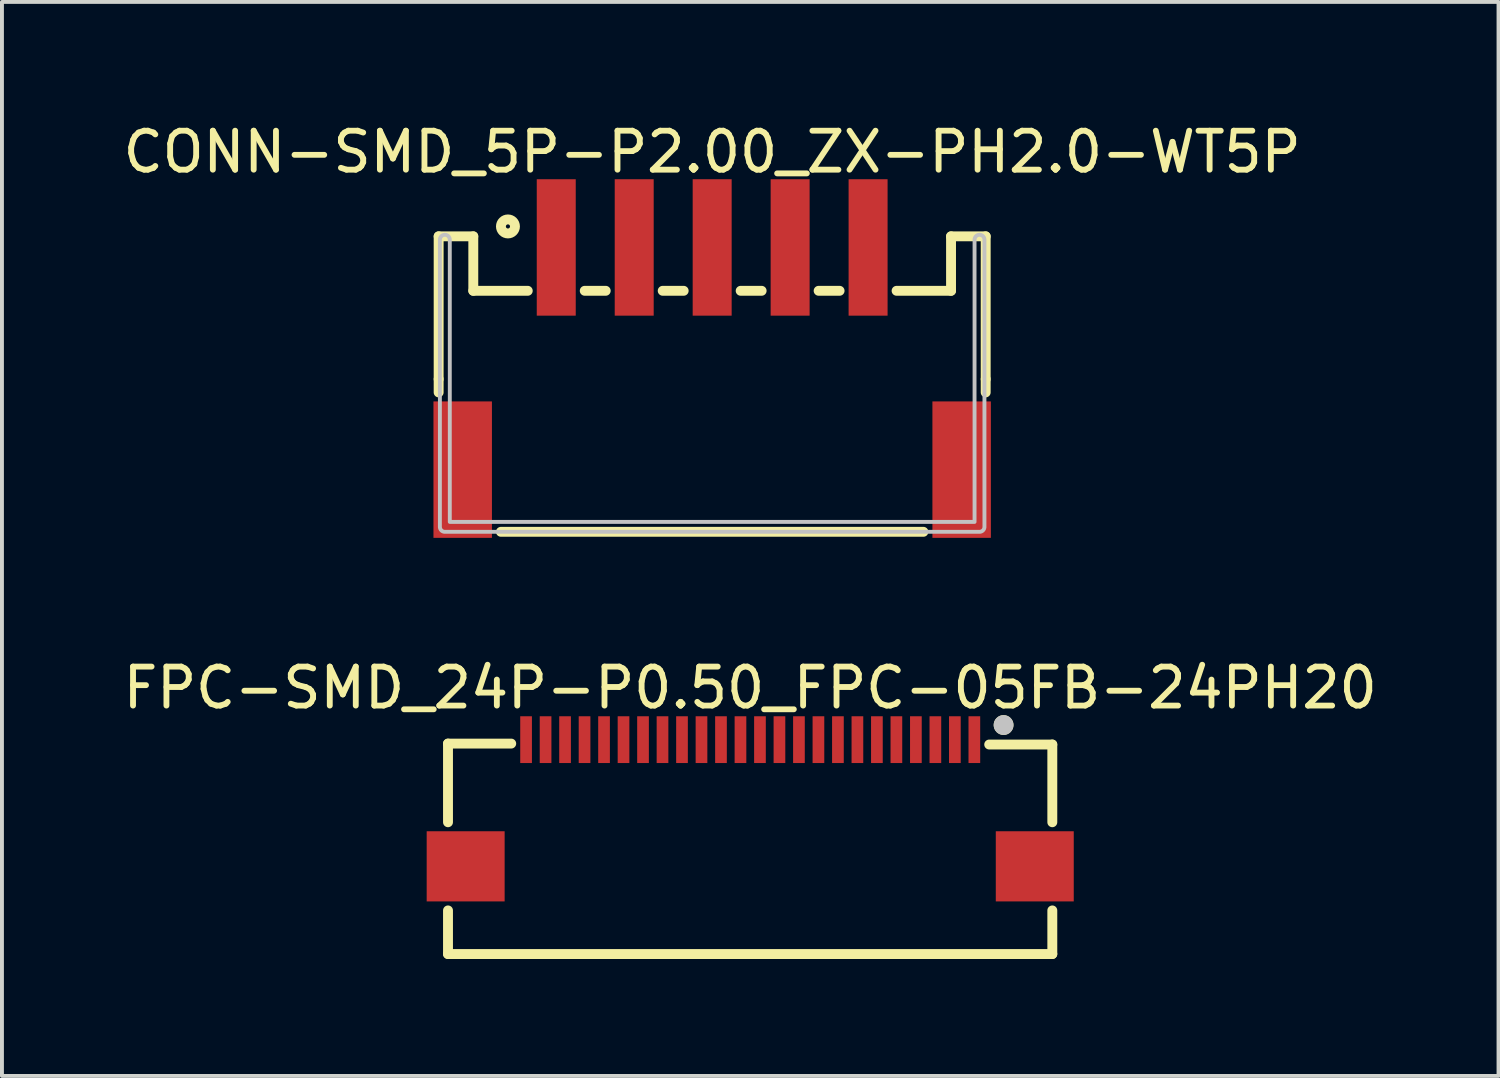
<source format=kicad_pcb>
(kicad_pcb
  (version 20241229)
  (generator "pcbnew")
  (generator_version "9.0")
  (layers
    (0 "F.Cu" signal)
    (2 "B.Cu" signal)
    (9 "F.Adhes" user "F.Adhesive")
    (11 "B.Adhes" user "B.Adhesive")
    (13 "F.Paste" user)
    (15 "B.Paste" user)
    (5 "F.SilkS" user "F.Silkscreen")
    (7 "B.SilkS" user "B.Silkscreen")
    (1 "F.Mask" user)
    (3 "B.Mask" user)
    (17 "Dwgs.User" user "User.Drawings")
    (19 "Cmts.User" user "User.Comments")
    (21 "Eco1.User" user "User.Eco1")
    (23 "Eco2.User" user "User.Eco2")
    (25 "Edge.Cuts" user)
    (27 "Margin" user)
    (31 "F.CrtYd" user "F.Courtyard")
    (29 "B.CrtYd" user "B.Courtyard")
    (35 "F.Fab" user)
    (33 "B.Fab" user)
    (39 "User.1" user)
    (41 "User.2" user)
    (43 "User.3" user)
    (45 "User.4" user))
  (footprint "FPC-SMD_24P-P0.50_FPC-05FB-24PH20"
    (layer "F.Cu")
    (at 16.196 17.55)
    (property "Reference" "FPC-SMD_24P-P0.50_FPC-05FB-24PH20" (at 0 -2.954 0) (layer "F.SilkS") (effects (font (size 1 1) (thickness 0.15))))
    (fp_line (start -7.753 -1.524) (end -6.131 -1.524) (stroke (width 0.254) (type default)) (layer "F.SilkS"))
    (fp_line (start -7.753 0.494) (end -7.753 -1.524) (stroke (width 0.254) (type default)) (layer "F.SilkS"))
    (fp_line (start -7.753 3.875) (end -7.753 2.756) (stroke (width 0.254) (type default)) (layer "F.SilkS"))
    (fp_line (start 7.75 -1.5) (end 6.131 -1.5) (stroke (width 0.254) (type default)) (layer "F.SilkS"))
    (fp_line (start 7.75 0.494) (end 7.75 -1.5) (stroke (width 0.254) (type default)) (layer "F.SilkS"))
    (fp_line (start 7.75 3.875) (end -7.753 3.875) (stroke (width 0.254) (type default)) (layer "F.SilkS"))
    (fp_line (start 7.75 3.875) (end 7.75 2.756) (stroke (width 0.254) (type default)) (layer "F.SilkS"))
    (fp_circle (center 6.5 -2) (end 6.627 -2) (stroke (width 0.254) (type default)) (fill no) (layer "F.SilkS"))
    (fp_circle (center 6.5 -2) (end 6.627 -2) (stroke (width 0.254) (type default)) (fill no) (layer "Dwgs.User"))
    (fp_poly (pts (xy -7.75 1.025) (xy -6.55 1.025) (xy -6.55 2.225) (xy -7.75 2.225)) (stroke (width 0.1) (type default)) (fill no) (layer "User.1"))
    (fp_poly (pts (xy -5.85 -1.87) (xy -5.65 -1.87) (xy -5.65 -1.17) (xy -5.85 -1.17)) (stroke (width 0.1) (type default)) (fill no) (layer "User.1"))
    (fp_poly (pts (xy -5.35 -1.87) (xy -5.15 -1.87) (xy -5.15 -1.17) (xy -5.35 -1.17)) (stroke (width 0.1) (type default)) (fill no) (layer "User.1"))
    (fp_poly (pts (xy -4.85 -1.87) (xy -4.65 -1.87) (xy -4.65 -1.17) (xy -4.85 -1.17)) (stroke (width 0.1) (type default)) (fill no) (layer "User.1"))
    (fp_poly (pts (xy -4.35 -1.87) (xy -4.15 -1.87) (xy -4.15 -1.17) (xy -4.35 -1.17)) (stroke (width 0.1) (type default)) (fill no) (layer "User.1"))
    (fp_poly (pts (xy -3.85 -1.87) (xy -3.65 -1.87) (xy -3.65 -1.17) (xy -3.85 -1.17)) (stroke (width 0.1) (type default)) (fill no) (layer "User.1"))
    (fp_poly (pts (xy -3.35 -1.87) (xy -3.15 -1.87) (xy -3.15 -1.17) (xy -3.35 -1.17)) (stroke (width 0.1) (type default)) (fill no) (layer "User.1"))
    (fp_poly (pts (xy -2.85 -1.87) (xy -2.65 -1.87) (xy -2.65 -1.17) (xy -2.85 -1.17)) (stroke (width 0.1) (type default)) (fill no) (layer "User.1"))
    (fp_poly (pts (xy -2.35 -1.87) (xy -2.15 -1.87) (xy -2.15 -1.17) (xy -2.35 -1.17)) (stroke (width 0.1) (type default)) (fill no) (layer "User.1"))
    (fp_poly (pts (xy -1.85 -1.87) (xy -1.65 -1.87) (xy -1.65 -1.17) (xy -1.85 -1.17)) (stroke (width 0.1) (type default)) (fill no) (layer "User.1"))
    (fp_poly (pts (xy -1.35 -1.87) (xy -1.15 -1.87) (xy -1.15 -1.17) (xy -1.35 -1.17)) (stroke (width 0.1) (type default)) (fill no) (layer "User.1"))
    (fp_poly (pts (xy -0.85 -1.87) (xy -0.65 -1.87) (xy -0.65 -1.17) (xy -0.85 -1.17)) (stroke (width 0.1) (type default)) (fill no) (layer "User.1"))
    (fp_poly (pts (xy -0.35 -1.87) (xy -0.15 -1.87) (xy -0.15 -1.17) (xy -0.35 -1.17)) (stroke (width 0.1) (type default)) (fill no) (layer "User.1"))
    (fp_poly (pts (xy 0.15 -1.87) (xy 0.35 -1.87) (xy 0.35 -1.17) (xy 0.15 -1.17)) (stroke (width 0.1) (type default)) (fill no) (layer "User.1"))
    (fp_poly (pts (xy 0.65 -1.87) (xy 0.85 -1.87) (xy 0.85 -1.17) (xy 0.65 -1.17)) (stroke (width 0.1) (type default)) (fill no) (layer "User.1"))
    (fp_poly (pts (xy 1.15 -1.87) (xy 1.35 -1.87) (xy 1.35 -1.17) (xy 1.15 -1.17)) (stroke (width 0.1) (type default)) (fill no) (layer "User.1"))
    (fp_poly (pts (xy 1.65 -1.87) (xy 1.85 -1.87) (xy 1.85 -1.17) (xy 1.65 -1.17)) (stroke (width 0.1) (type default)) (fill no) (layer "User.1"))
    (fp_poly (pts (xy 2.15 -1.87) (xy 2.35 -1.87) (xy 2.35 -1.17) (xy 2.15 -1.17)) (stroke (width 0.1) (type default)) (fill no) (layer "User.1"))
    (fp_poly (pts (xy 2.65 -1.87) (xy 2.85 -1.87) (xy 2.85 -1.17) (xy 2.65 -1.17)) (stroke (width 0.1) (type default)) (fill no) (layer "User.1"))
    (fp_poly (pts (xy 3.15 -1.87) (xy 3.35 -1.87) (xy 3.35 -1.17) (xy 3.15 -1.17)) (stroke (width 0.1) (type default)) (fill no) (layer "User.1"))
    (fp_poly (pts (xy 3.65 -1.87) (xy 3.85 -1.87) (xy 3.85 -1.17) (xy 3.65 -1.17)) (stroke (width 0.1) (type default)) (fill no) (layer "User.1"))
    (fp_poly (pts (xy 4.15 -1.87) (xy 4.35 -1.87) (xy 4.35 -1.17) (xy 4.15 -1.17)) (stroke (width 0.1) (type default)) (fill no) (layer "User.1"))
    (fp_poly (pts (xy 4.65 -1.87) (xy 4.85 -1.87) (xy 4.85 -1.17) (xy 4.65 -1.17)) (stroke (width 0.1) (type default)) (fill no) (layer "User.1"))
    (fp_poly (pts (xy 5.15 -1.87) (xy 5.35 -1.87) (xy 5.35 -1.17) (xy 5.15 -1.17)) (stroke (width 0.1) (type default)) (fill no) (layer "User.1"))
    (fp_poly (pts (xy 5.65 -1.87) (xy 5.85 -1.87) (xy 5.85 -1.17) (xy 5.65 -1.17)) (stroke (width 0.1) (type default)) (fill no) (layer "User.1"))
    (fp_poly (pts (xy 6.55 1.025) (xy 7.75 1.025) (xy 7.75 2.225) (xy 6.55 2.225)) (stroke (width 0.1) (type default)) (fill no) (layer "User.1"))
    (fp_line (start -7.75 -1.37) (end 7.75 -1.37) (stroke (width 0.051) (type default)) (layer "User.2"))
    (fp_line (start -7.75 3.53) (end -7.75 -1.37) (stroke (width 0.051) (type default)) (layer "User.2"))
    (fp_line (start 7.75 -1.37) (end 7.75 3.53) (stroke (width 0.051) (type default)) (layer "User.2"))
    (fp_line (start 7.75 3.53) (end -7.75 3.53) (stroke (width 0.051) (type default)) (layer "User.2"))
    (fp_poly (pts (xy 7.805 -1.893) (xy 7.773 -1.925) (xy 7.727 -1.925) (xy 7.695 -1.893) (xy 7.695 -1.847) (xy 7.727 -1.815) (xy 7.773 -1.815) (xy 7.805 -1.847)) (stroke (width 0.1) (type default)) (fill no) (layer "User.3"))
    (pad "1" smd rect (at 5.75 -1.625) (size 0.3 1.2) (layers "F.Cu" "F.Mask" "F.Paste"))
    (pad "2" smd rect (at 5.25 -1.625) (size 0.3 1.2) (layers "F.Cu" "F.Mask" "F.Paste"))
    (pad "3" smd rect (at 4.75 -1.625) (size 0.3 1.2) (layers "F.Cu" "F.Mask" "F.Paste"))
    (pad "4" smd rect (at 4.25 -1.625) (size 0.3 1.2) (layers "F.Cu" "F.Mask" "F.Paste"))
    (pad "5" smd rect (at 3.75 -1.625) (size 0.3 1.2) (layers "F.Cu" "F.Mask" "F.Paste"))
    (pad "6" smd rect (at 3.25 -1.625) (size 0.3 1.2) (layers "F.Cu" "F.Mask" "F.Paste"))
    (pad "7" smd rect (at 2.75 -1.625) (size 0.3 1.2) (layers "F.Cu" "F.Mask" "F.Paste"))
    (pad "8" smd rect (at 2.25 -1.625) (size 0.3 1.2) (layers "F.Cu" "F.Mask" "F.Paste"))
    (pad "9" smd rect (at 1.75 -1.625) (size 0.3 1.2) (layers "F.Cu" "F.Mask" "F.Paste"))
    (pad "10" smd rect (at 1.25 -1.625) (size 0.3 1.2) (layers "F.Cu" "F.Mask" "F.Paste"))
    (pad "11" smd rect (at 0.75 -1.625) (size 0.3 1.2) (layers "F.Cu" "F.Mask" "F.Paste"))
    (pad "12" smd rect (at 0.25 -1.625) (size 0.3 1.2) (layers "F.Cu" "F.Mask" "F.Paste"))
    (pad "13" smd rect (at -0.25 -1.625) (size 0.3 1.2) (layers "F.Cu" "F.Mask" "F.Paste"))
    (pad "14" smd rect (at -0.75 -1.625) (size 0.3 1.2) (layers "F.Cu" "F.Mask" "F.Paste"))
    (pad "15" smd rect (at -1.25 -1.625) (size 0.3 1.2) (layers "F.Cu" "F.Mask" "F.Paste"))
    (pad "16" smd rect (at -1.75 -1.625) (size 0.3 1.2) (layers "F.Cu" "F.Mask" "F.Paste"))
    (pad "17" smd rect (at -2.25 -1.625) (size 0.3 1.2) (layers "F.Cu" "F.Mask" "F.Paste"))
    (pad "18" smd rect (at -2.75 -1.625) (size 0.3 1.2) (layers "F.Cu" "F.Mask" "F.Paste"))
    (pad "19" smd rect (at -3.25 -1.625) (size 0.3 1.2) (layers "F.Cu" "F.Mask" "F.Paste"))
    (pad "20" smd rect (at -3.75 -1.625) (size 0.3 1.2) (layers "F.Cu" "F.Mask" "F.Paste"))
    (pad "21" smd rect (at -4.25 -1.625) (size 0.3 1.2) (layers "F.Cu" "F.Mask" "F.Paste"))
    (pad "22" smd rect (at -4.75 -1.625) (size 0.3 1.2) (layers "F.Cu" "F.Mask" "F.Paste"))
    (pad "23" smd rect (at -5.25 -1.625) (size 0.3 1.2) (layers "F.Cu" "F.Mask" "F.Paste"))
    (pad "24" smd rect (at -5.75 -1.625) (size 0.3 1.2) (layers "F.Cu" "F.Mask" "F.Paste"))
    (pad "25" smd rect (at -7.3 1.625) (size 2 1.8) (layers "F.Cu" "F.Mask" "F.Paste"))
    (pad "26" smd rect (at 7.3 1.625) (size 2 1.8) (layers "F.Cu" "F.Mask" "F.Paste")))
  (footprint "CONN-SMD_5P-P2.00_ZX-PH2.0-WT5P"
    (layer "F.Cu")
    (at 15.22 6.148)
    (property "Reference" "CONN-SMD_5P-P2.00_ZX-PH2.0-WT5P" (at 0 -5.3 0) (layer "F.SilkS") (effects (font (size 1 1) (thickness 0.15))))
    (fp_line (start -7.017 -3.135) (end -7.017 0.528) (stroke (width 0.254) (type default)) (layer "F.SilkS"))
    (fp_line (start -7.017 -3.135) (end -6.128 -3.135) (stroke (width 0.254) (type default)) (layer "F.SilkS"))
    (fp_line (start -7.017 0.528) (end -7.017 0.869) (stroke (width 0.254) (type default)) (layer "F.SilkS"))
    (fp_line (start -6.128 -3.135) (end -6.128 -1.738) (stroke (width 0.254) (type default)) (layer "F.SilkS"))
    (fp_line (start -6.128 -1.738) (end -4.731 -1.738) (stroke (width 0.254) (type default)) (layer "F.SilkS"))
    (fp_line (start -5.419 4.445) (end 5.419 4.445) (stroke (width 0.254) (type default)) (layer "F.SilkS"))
    (fp_line (start -3.269 -1.738) (end -2.731 -1.738) (stroke (width 0.254) (type default)) (layer "F.SilkS"))
    (fp_line (start -1.269 -1.738) (end -0.731 -1.738) (stroke (width 0.254) (type default)) (layer "F.SilkS"))
    (fp_line (start 0.731 -1.738) (end 1.269 -1.738) (stroke (width 0.254) (type default)) (layer "F.SilkS"))
    (fp_line (start 2.731 -1.738) (end 3.269 -1.738) (stroke (width 0.254) (type default)) (layer "F.SilkS"))
    (fp_line (start 4.731 -1.738) (end 6.128 -1.738) (stroke (width 0.254) (type default)) (layer "F.SilkS"))
    (fp_line (start 6.128 -3.135) (end 7.017 -3.135) (stroke (width 0.254) (type default)) (layer "F.SilkS"))
    (fp_line (start 6.128 -1.738) (end 6.128 -3.135) (stroke (width 0.254) (type default)) (layer "F.SilkS"))
    (fp_line (start 7.017 -3.135) (end 7.017 0.528) (stroke (width 0.254) (type default)) (layer "F.SilkS"))
    (fp_line (start 7.017 0.528) (end 7.017 0.869) (stroke (width 0.254) (type default)) (layer "F.SilkS"))
    (fp_circle (center -5.239 -3.389) (end -5.059 -3.389) (stroke (width 0.254) (type default)) (fill no) (layer "F.SilkS"))
    (fp_poly (pts (arc (start -6.985 -3.048) (mid -6.858 -3.175) (end -6.731 -3.048)) (xy -6.731 4.191) (xy 6.731 4.191) (arc (start 6.731 -3.048) (mid 6.858 -3.175) (end 6.985 -3.048)) (arc (start 6.985 4.318) (mid 6.947803 4.407803) (end 6.858 4.445)) (arc (start -6.858 4.445) (mid -6.947803 4.407803) (end -6.985 4.318))) (stroke (width 0.1) (type default)) (fill no) (layer "Dwgs.User"))
    (fp_poly (pts (xy -6.55 1.935) (xy -6.25 1.935) (xy -6.25 4.435) (xy -6.55 4.435)) (stroke (width 0.1) (type default)) (fill no) (layer "User.1"))
    (fp_poly (pts (xy -4.25 -4.045) (xy -3.75 -4.045) (xy -3.75 -1.545) (xy -4.25 -1.545)) (stroke (width 0.1) (type default)) (fill no) (layer "User.1"))
    (fp_poly (pts (xy -2.25 -4.045) (xy -1.75 -4.045) (xy -1.75 -1.545) (xy -2.25 -1.545)) (stroke (width 0.1) (type default)) (fill no) (layer "User.1"))
    (fp_poly (pts (xy -0.25 -4.045) (xy 0.25 -4.045) (xy 0.25 -1.545) (xy -0.25 -1.545)) (stroke (width 0.1) (type default)) (fill no) (layer "User.1"))
    (fp_poly (pts (xy 1.75 -4.045) (xy 2.25 -4.045) (xy 2.25 -1.545) (xy 1.75 -1.545)) (stroke (width 0.1) (type default)) (fill no) (layer "User.1"))
    (fp_poly (pts (xy 3.75 -4.045) (xy 4.25 -4.045) (xy 4.25 -1.545) (xy 3.75 -1.545)) (stroke (width 0.1) (type default)) (fill no) (layer "User.1"))
    (fp_poly (pts (xy 6.25 1.935) (xy 6.55 1.935) (xy 6.55 4.435) (xy 6.25 4.435)) (stroke (width 0.1) (type default)) (fill no) (layer "User.1"))
    (fp_line (start -7 -3.135) (end 7 -3.135) (stroke (width 0.051) (type default)) (layer "User.2"))
    (fp_line (start -7 4.455) (end -7 -3.135) (stroke (width 0.051) (type default)) (layer "User.2"))
    (fp_line (start 7 -3.135) (end 7 4.455) (stroke (width 0.051) (type default)) (layer "User.2"))
    (fp_line (start 7 4.455) (end -7 4.455) (stroke (width 0.051) (type default)) (layer "User.2"))
    (fp_poly (pts (xy -6.945 -4.068) (xy -6.977 -4.1) (xy -7.023 -4.1) (xy -7.055 -4.068) (xy -7.055 -4.022) (xy -7.023 -3.99) (xy -6.977 -3.99) (xy -6.945 -4.022)) (stroke (width 0.1) (type default)) (fill no) (layer "User.3"))
    (pad "1" smd rect (at -4 -2.85) (size 1 3.5) (layers "F.Cu" "F.Mask" "F.Paste"))
    (pad "2" smd rect (at -2 -2.85) (size 1 3.5) (layers "F.Cu" "F.Mask" "F.Paste"))
    (pad "3" smd rect (at 0 -2.85) (size 1 3.5) (layers "F.Cu" "F.Mask" "F.Paste"))
    (pad "4" smd rect (at 2 -2.85) (size 1 3.5) (layers "F.Cu" "F.Mask" "F.Paste"))
    (pad "5" smd rect (at 4 -2.85) (size 1 3.5) (layers "F.Cu" "F.Mask" "F.Paste"))
    (pad "6" smd rect (at 6.4 2.85) (size 1.5 3.5) (layers "F.Cu" "F.Mask" "F.Paste"))
    (pad "7" smd rect (at -6.4 2.85) (size 1.5 3.5) (layers "F.Cu" "F.Mask" "F.Paste")))
  (gr_rect
    (start -3 -3)
    (end 35.393 24.552)
    (stroke (width 0.1) (type default))
    (fill no)
    (layer "Edge.Cuts")))
</source>
